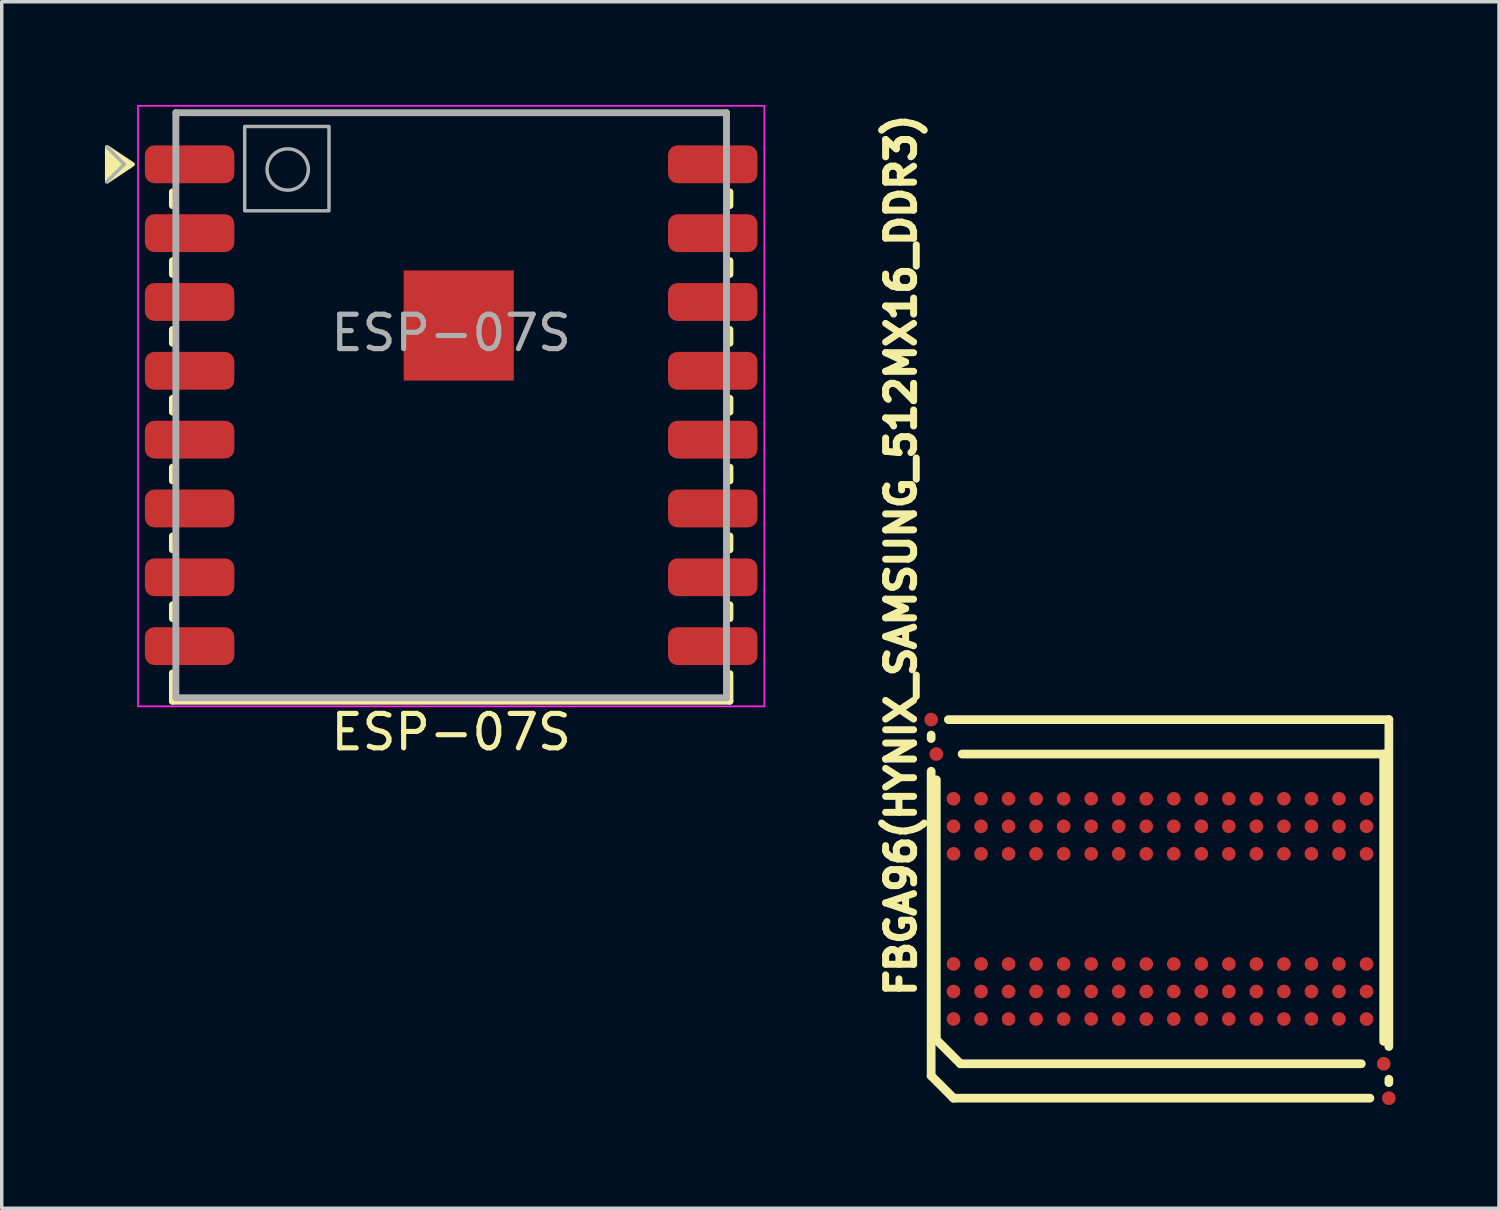
<source format=kicad_pcb>
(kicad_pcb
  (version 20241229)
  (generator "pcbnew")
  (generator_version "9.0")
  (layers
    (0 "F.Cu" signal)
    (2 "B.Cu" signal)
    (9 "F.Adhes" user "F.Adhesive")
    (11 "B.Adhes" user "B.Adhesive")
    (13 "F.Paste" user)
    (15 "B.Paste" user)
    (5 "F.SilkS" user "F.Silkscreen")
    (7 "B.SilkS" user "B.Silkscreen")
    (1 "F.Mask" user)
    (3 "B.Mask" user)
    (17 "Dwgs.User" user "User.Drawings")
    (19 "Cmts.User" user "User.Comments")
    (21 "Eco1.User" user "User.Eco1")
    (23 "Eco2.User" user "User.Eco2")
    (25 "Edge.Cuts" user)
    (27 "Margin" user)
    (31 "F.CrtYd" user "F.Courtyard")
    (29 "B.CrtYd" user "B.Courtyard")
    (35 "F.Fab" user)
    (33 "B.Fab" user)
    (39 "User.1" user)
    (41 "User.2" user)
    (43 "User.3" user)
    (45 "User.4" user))
  (footprint "FBGA96(HYNIX_SAMSUNG_512MX16_DDR3)"
    (layer "F.Cu")
    (at 30.657 23.36)
    (property "Reference" "FBGA96(HYNIX_SAMSUNG_512MX16_DDR3)" (at -7.05 2.632 90) (unlocked yes) (layer "F.SilkS") (effects (font (size 0.813 0.813) (thickness 0.203)) (justify left bottom)))
    (fp_line (start -6.65 -5.05) (end -6.65 -4.95) (stroke (width 0.254) (type solid)) (layer "F.SilkS"))
    (fp_line (start -6.65 -4) (end -6.65 4.85) (stroke (width 0.254) (type solid)) (layer "F.SilkS"))
    (fp_line (start -6.65 4.85) (end -6 5.5) (stroke (width 0.254) (type solid)) (layer "F.SilkS"))
    (fp_line (start -6.5 -3.75) (end -6.5 3.8) (stroke (width 0.254) (type solid)) (layer "F.SilkS"))
    (fp_line (start -6.5 3.8) (end -5.8 4.5) (stroke (width 0.254) (type solid)) (layer "F.SilkS"))
    (fp_line (start -6 5.5) (end 6.1 5.5) (stroke (width 0.254) (type solid)) (layer "F.SilkS"))
    (fp_line (start -5.8 4.5) (end 5.85 4.5) (stroke (width 0.254) (type solid)) (layer "F.SilkS"))
    (fp_line (start 6.5 -4.5) (end -5.75 -4.5) (stroke (width 0.254) (type solid)) (layer "F.SilkS"))
    (fp_line (start 6.5 3.85) (end 6.5 -4.5) (stroke (width 0.254) (type solid)) (layer "F.SilkS"))
    (fp_line (start 6.65 -5.5) (end -6.15 -5.5) (stroke (width 0.254) (type solid)) (layer "F.SilkS"))
    (fp_line (start 6.65 4) (end 6.65 -5.5) (stroke (width 0.254) (type solid)) (layer "F.SilkS"))
    (fp_line (start 6.65 5.05) (end 6.65 4.95) (stroke (width 0.254) (type solid)) (layer "F.SilkS"))
    (pad "A1" smd roundrect (at -6 3.2 90) (size 0.4 0.4) (layers "F.Cu" "F.Mask" "F.Paste") (roundrect_rratio 0.5))
    (pad "A2" smd roundrect (at -6 2.4 90) (size 0.4 0.4) (layers "F.Cu" "F.Mask" "F.Paste") (roundrect_rratio 0.5))
    (pad "A3" smd roundrect (at -6 1.6 90) (size 0.4 0.4) (layers "F.Cu" "F.Mask" "F.Paste") (roundrect_rratio 0.5))
    (pad "A7" smd roundrect (at -6 -1.6 90) (size 0.4 0.4) (layers "F.Cu" "F.Mask" "F.Paste") (roundrect_rratio 0.5))
    (pad "A8" smd roundrect (at -6 -2.4 90) (size 0.4 0.4) (layers "F.Cu" "F.Mask" "F.Paste") (roundrect_rratio 0.5))
    (pad "A9" smd roundrect (at -6 -3.2 90) (size 0.4 0.4) (layers "F.Cu" "F.Mask" "F.Paste") (roundrect_rratio 0.5))
    (pad "B1" smd roundrect (at -5.2 3.2 90) (size 0.4 0.4) (layers "F.Cu" "F.Mask" "F.Paste") (roundrect_rratio 0.5))
    (pad "B2" smd roundrect (at -5.2 2.4 90) (size 0.4 0.4) (layers "F.Cu" "F.Mask" "F.Paste") (roundrect_rratio 0.5))
    (pad "B3" smd roundrect (at -5.2 1.6 90) (size 0.4 0.4) (layers "F.Cu" "F.Mask" "F.Paste") (roundrect_rratio 0.5))
    (pad "B7" smd roundrect (at -5.2 -1.6 90) (size 0.4 0.4) (layers "F.Cu" "F.Mask" "F.Paste") (roundrect_rratio 0.5))
    (pad "B8" smd roundrect (at -5.2 -2.4 90) (size 0.4 0.4) (layers "F.Cu" "F.Mask" "F.Paste") (roundrect_rratio 0.5))
    (pad "B9" smd roundrect (at -5.2 -3.2 90) (size 0.4 0.4) (layers "F.Cu" "F.Mask" "F.Paste") (roundrect_rratio 0.5))
    (pad "C1" smd roundrect (at -4.4 3.2 90) (size 0.4 0.4) (layers "F.Cu" "F.Mask" "F.Paste") (roundrect_rratio 0.5))
    (pad "C2" smd roundrect (at -4.4 2.4 90) (size 0.4 0.4) (layers "F.Cu" "F.Mask" "F.Paste") (roundrect_rratio 0.5))
    (pad "C3" smd roundrect (at -4.4 1.6 90) (size 0.4 0.4) (layers "F.Cu" "F.Mask" "F.Paste") (roundrect_rratio 0.5))
    (pad "C7" smd roundrect (at -4.4 -1.6 90) (size 0.4 0.4) (layers "F.Cu" "F.Mask" "F.Paste") (roundrect_rratio 0.5))
    (pad "C8" smd roundrect (at -4.4 -2.4 90) (size 0.4 0.4) (layers "F.Cu" "F.Mask" "F.Paste") (roundrect_rratio 0.5))
    (pad "C9" smd roundrect (at -4.4 -3.2 90) (size 0.4 0.4) (layers "F.Cu" "F.Mask" "F.Paste") (roundrect_rratio 0.5))
    (pad "D1" smd roundrect (at -3.6 3.2 90) (size 0.4 0.4) (layers "F.Cu" "F.Mask" "F.Paste") (roundrect_rratio 0.5))
    (pad "D2" smd roundrect (at -3.6 2.4 90) (size 0.4 0.4) (layers "F.Cu" "F.Mask" "F.Paste") (roundrect_rratio 0.5))
    (pad "D3" smd roundrect (at -3.6 1.6 90) (size 0.4 0.4) (layers "F.Cu" "F.Mask" "F.Paste") (roundrect_rratio 0.5))
    (pad "D7" smd roundrect (at -3.6 -1.6 90) (size 0.4 0.4) (layers "F.Cu" "F.Mask" "F.Paste") (roundrect_rratio 0.5))
    (pad "D8" smd roundrect (at -3.6 -2.4 90) (size 0.4 0.4) (layers "F.Cu" "F.Mask" "F.Paste") (roundrect_rratio 0.5))
    (pad "D9" smd roundrect (at -3.6 -3.2 90) (size 0.4 0.4) (layers "F.Cu" "F.Mask" "F.Paste") (roundrect_rratio 0.5))
    (pad "E1" smd roundrect (at -2.8 3.2 90) (size 0.4 0.4) (layers "F.Cu" "F.Mask" "F.Paste") (roundrect_rratio 0.5))
    (pad "E2" smd roundrect (at -2.8 2.4 90) (size 0.4 0.4) (layers "F.Cu" "F.Mask" "F.Paste") (roundrect_rratio 0.5))
    (pad "E3" smd roundrect (at -2.8 1.6 90) (size 0.4 0.4) (layers "F.Cu" "F.Mask" "F.Paste") (roundrect_rratio 0.5))
    (pad "E7" smd roundrect (at -2.8 -1.6 90) (size 0.4 0.4) (layers "F.Cu" "F.Mask" "F.Paste") (roundrect_rratio 0.5))
    (pad "E8" smd roundrect (at -2.8 -2.4 90) (size 0.4 0.4) (layers "F.Cu" "F.Mask" "F.Paste") (roundrect_rratio 0.5))
    (pad "E9" smd roundrect (at -2.8 -3.2 90) (size 0.4 0.4) (layers "F.Cu" "F.Mask" "F.Paste") (roundrect_rratio 0.5))
    (pad "F1" smd roundrect (at -2 3.2 90) (size 0.4 0.4) (layers "F.Cu" "F.Mask" "F.Paste") (roundrect_rratio 0.5))
    (pad "F2" smd roundrect (at -2 2.4 90) (size 0.4 0.4) (layers "F.Cu" "F.Mask" "F.Paste") (roundrect_rratio 0.5))
    (pad "F3" smd roundrect (at -2 1.6 90) (size 0.4 0.4) (layers "F.Cu" "F.Mask" "F.Paste") (roundrect_rratio 0.5))
    (pad "F7" smd roundrect (at -2 -1.6 90) (size 0.4 0.4) (layers "F.Cu" "F.Mask" "F.Paste") (roundrect_rratio 0.5))
    (pad "F8" smd roundrect (at -2 -2.4 90) (size 0.4 0.4) (layers "F.Cu" "F.Mask" "F.Paste") (roundrect_rratio 0.5))
    (pad "F9" smd roundrect (at -2 -3.2 90) (size 0.4 0.4) (layers "F.Cu" "F.Mask" "F.Paste") (roundrect_rratio 0.5))
    (pad "FID1" smd roundrect (at 6.5 4.5 90) (size 0.4 0.4) (layers "F.Cu" "F.Mask") (roundrect_rratio 0.5))
    (pad "FID2" smd roundrect (at -6.5 -4.5 90) (size 0.4 0.4) (layers "F.Cu" "F.Mask") (roundrect_rratio 0.5))
    (pad "FID3" smd roundrect (at 6.65 5.5 90) (size 0.4 0.4) (layers "F.Cu" "F.Mask") (roundrect_rratio 0.5))
    (pad "FID4" smd roundrect (at -6.65 -5.5 90) (size 0.4 0.4) (layers "F.Cu" "F.Mask") (roundrect_rratio 0.5))
    (pad "G1" smd roundrect (at -1.2 3.2 90) (size 0.4 0.4) (layers "F.Cu" "F.Mask" "F.Paste") (roundrect_rratio 0.5))
    (pad "G2" smd roundrect (at -1.2 2.4 90) (size 0.4 0.4) (layers "F.Cu" "F.Mask" "F.Paste") (roundrect_rratio 0.5))
    (pad "G3" smd roundrect (at -1.2 1.6 90) (size 0.4 0.4) (layers "F.Cu" "F.Mask" "F.Paste") (roundrect_rratio 0.5))
    (pad "G7" smd roundrect (at -1.2 -1.6 90) (size 0.4 0.4) (layers "F.Cu" "F.Mask" "F.Paste") (roundrect_rratio 0.5))
    (pad "G8" smd roundrect (at -1.2 -2.4 90) (size 0.4 0.4) (layers "F.Cu" "F.Mask" "F.Paste") (roundrect_rratio 0.5))
    (pad "G9" smd roundrect (at -1.2 -3.2 90) (size 0.4 0.4) (layers "F.Cu" "F.Mask" "F.Paste") (roundrect_rratio 0.5))
    (pad "H1" smd roundrect (at -0.4 3.2 90) (size 0.4 0.4) (layers "F.Cu" "F.Mask" "F.Paste") (roundrect_rratio 0.5))
    (pad "H2" smd roundrect (at -0.4 2.4 90) (size 0.4 0.4) (layers "F.Cu" "F.Mask" "F.Paste") (roundrect_rratio 0.5))
    (pad "H3" smd roundrect (at -0.4 1.6 90) (size 0.4 0.4) (layers "F.Cu" "F.Mask" "F.Paste") (roundrect_rratio 0.5))
    (pad "H7" smd roundrect (at -0.4 -1.6 90) (size 0.4 0.4) (layers "F.Cu" "F.Mask" "F.Paste") (roundrect_rratio 0.5))
    (pad "H8" smd roundrect (at -0.4 -2.4 90) (size 0.4 0.4) (layers "F.Cu" "F.Mask" "F.Paste") (roundrect_rratio 0.5))
    (pad "H9" smd roundrect (at -0.4 -3.2 90) (size 0.4 0.4) (layers "F.Cu" "F.Mask" "F.Paste") (roundrect_rratio 0.5))
    (pad "J1" smd roundrect (at 0.4 3.2 90) (size 0.4 0.4) (layers "F.Cu" "F.Mask" "F.Paste") (roundrect_rratio 0.5))
    (pad "J2" smd roundrect (at 0.4 2.4 90) (size 0.4 0.4) (layers "F.Cu" "F.Mask" "F.Paste") (roundrect_rratio 0.5))
    (pad "J3" smd roundrect (at 0.4 1.6 90) (size 0.4 0.4) (layers "F.Cu" "F.Mask" "F.Paste") (roundrect_rratio 0.5))
    (pad "J7" smd roundrect (at 0.4 -1.6 90) (size 0.4 0.4) (layers "F.Cu" "F.Mask" "F.Paste") (roundrect_rratio 0.5))
    (pad "J8" smd roundrect (at 0.4 -2.4 90) (size 0.4 0.4) (layers "F.Cu" "F.Mask" "F.Paste") (roundrect_rratio 0.5))
    (pad "J9" smd roundrect (at 0.4 -3.2 90) (size 0.4 0.4) (layers "F.Cu" "F.Mask" "F.Paste") (roundrect_rratio 0.5))
    (pad "K1" smd roundrect (at 1.2 3.2 90) (size 0.4 0.4) (layers "F.Cu" "F.Mask" "F.Paste") (roundrect_rratio 0.5))
    (pad "K2" smd roundrect (at 1.2 2.4 90) (size 0.4 0.4) (layers "F.Cu" "F.Mask" "F.Paste") (roundrect_rratio 0.5))
    (pad "K3" smd roundrect (at 1.2 1.6 90) (size 0.4 0.4) (layers "F.Cu" "F.Mask" "F.Paste") (roundrect_rratio 0.5))
    (pad "K7" smd roundrect (at 1.2 -1.6 90) (size 0.4 0.4) (layers "F.Cu" "F.Mask" "F.Paste") (roundrect_rratio 0.5))
    (pad "K8" smd roundrect (at 1.2 -2.4 90) (size 0.4 0.4) (layers "F.Cu" "F.Mask" "F.Paste") (roundrect_rratio 0.5))
    (pad "K9" smd roundrect (at 1.2 -3.2 90) (size 0.4 0.4) (layers "F.Cu" "F.Mask" "F.Paste") (roundrect_rratio 0.5))
    (pad "L1" smd roundrect (at 2 3.2 90) (size 0.4 0.4) (layers "F.Cu" "F.Mask" "F.Paste") (roundrect_rratio 0.5))
    (pad "L2" smd roundrect (at 2 2.4 90) (size 0.4 0.4) (layers "F.Cu" "F.Mask" "F.Paste") (roundrect_rratio 0.5))
    (pad "L3" smd roundrect (at 2 1.6 90) (size 0.4 0.4) (layers "F.Cu" "F.Mask" "F.Paste") (roundrect_rratio 0.5))
    (pad "L7" smd roundrect (at 2 -1.6 90) (size 0.4 0.4) (layers "F.Cu" "F.Mask" "F.Paste") (roundrect_rratio 0.5))
    (pad "L8" smd roundrect (at 2 -2.4 90) (size 0.4 0.4) (layers "F.Cu" "F.Mask" "F.Paste") (roundrect_rratio 0.5))
    (pad "L9" smd roundrect (at 2 -3.2 90) (size 0.4 0.4) (layers "F.Cu" "F.Mask" "F.Paste") (roundrect_rratio 0.5))
    (pad "M1" smd roundrect (at 2.8 3.2 90) (size 0.4 0.4) (layers "F.Cu" "F.Mask" "F.Paste") (roundrect_rratio 0.5))
    (pad "M2" smd roundrect (at 2.8 2.4 90) (size 0.4 0.4) (layers "F.Cu" "F.Mask" "F.Paste") (roundrect_rratio 0.5))
    (pad "M3" smd roundrect (at 2.8 1.6 90) (size 0.4 0.4) (layers "F.Cu" "F.Mask" "F.Paste") (roundrect_rratio 0.5))
    (pad "M7" smd roundrect (at 2.8 -1.6 90) (size 0.4 0.4) (layers "F.Cu" "F.Mask" "F.Paste") (roundrect_rratio 0.5))
    (pad "M8" smd roundrect (at 2.8 -2.4 90) (size 0.4 0.4) (layers "F.Cu" "F.Mask" "F.Paste") (roundrect_rratio 0.5))
    (pad "M9" smd roundrect (at 2.8 -3.2 90) (size 0.4 0.4) (layers "F.Cu" "F.Mask" "F.Paste") (roundrect_rratio 0.5))
    (pad "N1" smd roundrect (at 3.6 3.2 90) (size 0.4 0.4) (layers "F.Cu" "F.Mask" "F.Paste") (roundrect_rratio 0.5))
    (pad "N2" smd roundrect (at 3.6 2.4 90) (size 0.4 0.4) (layers "F.Cu" "F.Mask" "F.Paste") (roundrect_rratio 0.5))
    (pad "N3" smd roundrect (at 3.6 1.6 90) (size 0.4 0.4) (layers "F.Cu" "F.Mask" "F.Paste") (roundrect_rratio 0.5))
    (pad "N7" smd roundrect (at 3.6 -1.6 90) (size 0.4 0.4) (layers "F.Cu" "F.Mask" "F.Paste") (roundrect_rratio 0.5))
    (pad "N8" smd roundrect (at 3.6 -2.4 90) (size 0.4 0.4) (layers "F.Cu" "F.Mask" "F.Paste") (roundrect_rratio 0.5))
    (pad "N9" smd roundrect (at 3.6 -3.2 90) (size 0.4 0.4) (layers "F.Cu" "F.Mask" "F.Paste") (roundrect_rratio 0.5))
    (pad "P1" smd roundrect (at 4.4 3.2 90) (size 0.4 0.4) (layers "F.Cu" "F.Mask" "F.Paste") (roundrect_rratio 0.5))
    (pad "P2" smd roundrect (at 4.4 2.4 90) (size 0.4 0.4) (layers "F.Cu" "F.Mask" "F.Paste") (roundrect_rratio 0.5))
    (pad "P3" smd roundrect (at 4.4 1.6 90) (size 0.4 0.4) (layers "F.Cu" "F.Mask" "F.Paste") (roundrect_rratio 0.5))
    (pad "P7" smd roundrect (at 4.4 -1.6 90) (size 0.4 0.4) (layers "F.Cu" "F.Mask" "F.Paste") (roundrect_rratio 0.5))
    (pad "P8" smd roundrect (at 4.4 -2.4 90) (size 0.4 0.4) (layers "F.Cu" "F.Mask" "F.Paste") (roundrect_rratio 0.5))
    (pad "P9" smd roundrect (at 4.4 -3.2 90) (size 0.4 0.4) (layers "F.Cu" "F.Mask" "F.Paste") (roundrect_rratio 0.5))
    (pad "R1" smd roundrect (at 5.2 3.2 90) (size 0.4 0.4) (layers "F.Cu" "F.Mask" "F.Paste") (roundrect_rratio 0.5))
    (pad "R2" smd roundrect (at 5.2 2.4 90) (size 0.4 0.4) (layers "F.Cu" "F.Mask" "F.Paste") (roundrect_rratio 0.5))
    (pad "R3" smd roundrect (at 5.2 1.6 90) (size 0.4 0.4) (layers "F.Cu" "F.Mask" "F.Paste") (roundrect_rratio 0.5))
    (pad "R7" smd roundrect (at 5.2 -1.6 90) (size 0.4 0.4) (layers "F.Cu" "F.Mask" "F.Paste") (roundrect_rratio 0.5))
    (pad "R8" smd roundrect (at 5.2 -2.4 90) (size 0.4 0.4) (layers "F.Cu" "F.Mask" "F.Paste") (roundrect_rratio 0.5))
    (pad "R9" smd roundrect (at 5.2 -3.2 90) (size 0.4 0.4) (layers "F.Cu" "F.Mask" "F.Paste") (roundrect_rratio 0.5))
    (pad "T1" smd roundrect (at 6 3.2 90) (size 0.4 0.4) (layers "F.Cu" "F.Mask" "F.Paste") (roundrect_rratio 0.5))
    (pad "T2" smd roundrect (at 6 2.4 90) (size 0.4 0.4) (layers "F.Cu" "F.Mask" "F.Paste") (roundrect_rratio 0.5))
    (pad "T3" smd roundrect (at 6 1.6 90) (size 0.4 0.4) (layers "F.Cu" "F.Mask" "F.Paste") (roundrect_rratio 0.5))
    (pad "T7" smd roundrect (at 6 -1.6 90) (size 0.4 0.4) (layers "F.Cu" "F.Mask" "F.Paste") (roundrect_rratio 0.5))
    (pad "T8" smd roundrect (at 6 -2.4 90) (size 0.4 0.4) (layers "F.Cu" "F.Mask" "F.Paste") (roundrect_rratio 0.5))
    (pad "T9" smd roundrect (at 6 -3.2 90) (size 0.4 0.4) (layers "F.Cu" "F.Mask" "F.Paste") (roundrect_rratio 0.5)))
  (footprint "ESP-07S"
    (layer "F.Cu")
    (at 10.06 6.625)
    (property "Reference" "ESP-07S" (at 0 11.6 0) (layer "F.SilkS") (effects (font (size 1 1) (thickness 0.15))))
    (attr smd)
    (fp_line (start -8.1 -3.7) (end -8.1 -4.1) (stroke (width 0.2) (type solid)) (layer "F.SilkS"))
    (fp_line (start -8.1 -1.7) (end -8.1 -2.1) (stroke (width 0.2) (type solid)) (layer "F.SilkS"))
    (fp_line (start -8.1 0.3) (end -8.1 -0.1) (stroke (width 0.2) (type solid)) (layer "F.SilkS"))
    (fp_line (start -8.1 2.3) (end -8.1 1.9) (stroke (width 0.2) (type solid)) (layer "F.SilkS"))
    (fp_line (start -8.1 4.3) (end -8.1 3.9) (stroke (width 0.2) (type solid)) (layer "F.SilkS"))
    (fp_line (start -8.1 6.3) (end -8.1 5.9) (stroke (width 0.2) (type solid)) (layer "F.SilkS"))
    (fp_line (start -8.1 8.3) (end -8.1 7.9) (stroke (width 0.2) (type solid)) (layer "F.SilkS"))
    (fp_line (start -8.1 10.7) (end -8.1 9.88) (stroke (width 0.2) (type solid)) (layer "F.SilkS"))
    (fp_line (start 8.1 -3.7) (end 8.1 -4.1) (stroke (width 0.2) (type solid)) (layer "F.SilkS"))
    (fp_line (start 8.1 -1.7) (end 8.1 -2.1) (stroke (width 0.2) (type solid)) (layer "F.SilkS"))
    (fp_line (start 8.1 0.3) (end 8.1 -0.1) (stroke (width 0.2) (type solid)) (layer "F.SilkS"))
    (fp_line (start 8.1 2.3) (end 8.1 1.9) (stroke (width 0.2) (type solid)) (layer "F.SilkS"))
    (fp_line (start 8.1 4.3) (end 8.1 3.9) (stroke (width 0.2) (type solid)) (layer "F.SilkS"))
    (fp_line (start 8.1 6.3) (end 8.1 5.9) (stroke (width 0.2) (type solid)) (layer "F.SilkS"))
    (fp_line (start 8.1 8.3) (end 8.1 7.9) (stroke (width 0.2) (type solid)) (layer "F.SilkS"))
    (fp_line (start 8.1 9.9) (end 8.1 10.7) (stroke (width 0.2) (type solid)) (layer "F.SilkS"))
    (fp_line (start 8.1 10.7) (end -8.1 10.7) (stroke (width 0.2) (type solid)) (layer "F.SilkS"))
    (fp_poly (pts (xy -9.25 -4.9) (xy -10 -4.4) (xy -10 -5.4)) (stroke (width 0.12) (type solid)) (fill yes) (layer "F.SilkS"))
    (fp_line (start -9.1 -6.6) (end 9.1 -6.6) (stroke (width 0.05) (type solid)) (layer "F.CrtYd"))
    (fp_line (start -9.1 10.85) (end -9.1 -6.6) (stroke (width 0.05) (type solid)) (layer "F.CrtYd"))
    (fp_line (start 9.1 -6.6) (end 9.1 10.85) (stroke (width 0.05) (type solid)) (layer "F.CrtYd"))
    (fp_line (start 9.1 10.85) (end -9.1 10.85) (stroke (width 0.05) (type solid)) (layer "F.CrtYd"))
    (fp_line (start -10 -4.4) (end -9.5 -4.9) (stroke (width 0.1) (type solid)) (layer "F.Fab"))
    (fp_line (start -9.5 -4.9) (end -10 -5.4) (stroke (width 0.1) (type solid)) (layer "F.Fab"))
    (fp_line (start -8 -6.4) (end 8 -6.4) (stroke (width 0.2) (type solid)) (layer "F.Fab"))
    (fp_line (start -8 10.6) (end -8 -6.4) (stroke (width 0.2) (type solid)) (layer "F.Fab"))
    (fp_line (start 8 -6.4) (end 8 10.6) (stroke (width 0.2) (type solid)) (layer "F.Fab"))
    (fp_line (start 8 10.6) (end -8 10.6) (stroke (width 0.2) (type solid)) (layer "F.Fab"))
    (fp_rect (start -6 -6) (end -3.55 -3.55) (stroke (width 0.1) (type solid)) (fill no) (layer "F.Fab"))
    (fp_circle (center -4.75 -4.75) (end -4.75 -5.35) (stroke (width 0.1) (type solid)) (fill no) (layer "F.Fab"))
    (fp_text user "${REFERENCE}" (at 0 0 0) (layer "F.Fab") (effects (font (size 1 1) (thickness 0.15))))
    (pad "1" smd roundrect (at -7.6 -4.9) (size 2.6 1.1) (layers "F.Cu" "F.Mask" "F.Paste") (roundrect_rratio 0.25))
    (pad "2" smd roundrect (at -7.6 -2.9) (size 2.6 1.1) (layers "F.Cu" "F.Mask" "F.Paste") (roundrect_rratio 0.25))
    (pad "3" smd roundrect (at -7.6 -0.9) (size 2.6 1.1) (layers "F.Cu" "F.Mask" "F.Paste") (roundrect_rratio 0.25))
    (pad "4" smd roundrect (at -7.6 1.1) (size 2.6 1.1) (layers "F.Cu" "F.Mask" "F.Paste") (roundrect_rratio 0.25))
    (pad "5" smd roundrect (at -7.6 3.1) (size 2.6 1.1) (layers "F.Cu" "F.Mask" "F.Paste") (roundrect_rratio 0.25))
    (pad "6" smd roundrect (at -7.6 5.1) (size 2.6 1.1) (layers "F.Cu" "F.Mask" "F.Paste") (roundrect_rratio 0.25))
    (pad "7" smd roundrect (at -7.6 7.1) (size 2.6 1.1) (layers "F.Cu" "F.Mask" "F.Paste") (roundrect_rratio 0.25))
    (pad "8" smd roundrect (at -7.6 9.1) (size 2.6 1.1) (layers "F.Cu" "F.Mask" "F.Paste") (roundrect_rratio 0.25))
    (pad "9" smd rect (at 0.22 -0.217) (size 3.2 3.2) (layers "F.Cu" "F.Mask" "F.Paste"))
    (pad "9" smd roundrect (at 7.6 9.1) (size 2.6 1.1) (layers "F.Cu" "F.Mask" "F.Paste") (roundrect_rratio 0.25))
    (pad "10" smd roundrect (at 7.6 7.1) (size 2.6 1.1) (layers "F.Cu" "F.Mask" "F.Paste") (roundrect_rratio 0.25))
    (pad "11" smd roundrect (at 7.6 5.1) (size 2.6 1.1) (layers "F.Cu" "F.Mask" "F.Paste") (roundrect_rratio 0.25))
    (pad "12" smd roundrect (at 7.6 3.1) (size 2.6 1.1) (layers "F.Cu" "F.Mask" "F.Paste") (roundrect_rratio 0.25))
    (pad "13" smd roundrect (at 7.6 1.1) (size 2.6 1.1) (layers "F.Cu" "F.Mask" "F.Paste") (roundrect_rratio 0.25))
    (pad "14" smd roundrect (at 7.6 -0.9) (size 2.6 1.1) (layers "F.Cu" "F.Mask" "F.Paste") (roundrect_rratio 0.25))
    (pad "15" smd roundrect (at 7.6 -2.9) (size 2.6 1.1) (layers "F.Cu" "F.Mask" "F.Paste") (roundrect_rratio 0.25))
    (pad "16" smd roundrect (at 7.6 -4.9) (size 2.6 1.1) (layers "F.Cu" "F.Mask" "F.Paste") (roundrect_rratio 0.25)))
  (gr_rect
    (start -3 -3)
    (end 40.507 32.06)
    (stroke (width 0.1) (type default))
    (fill no)
    (layer "Edge.Cuts")))
</source>
